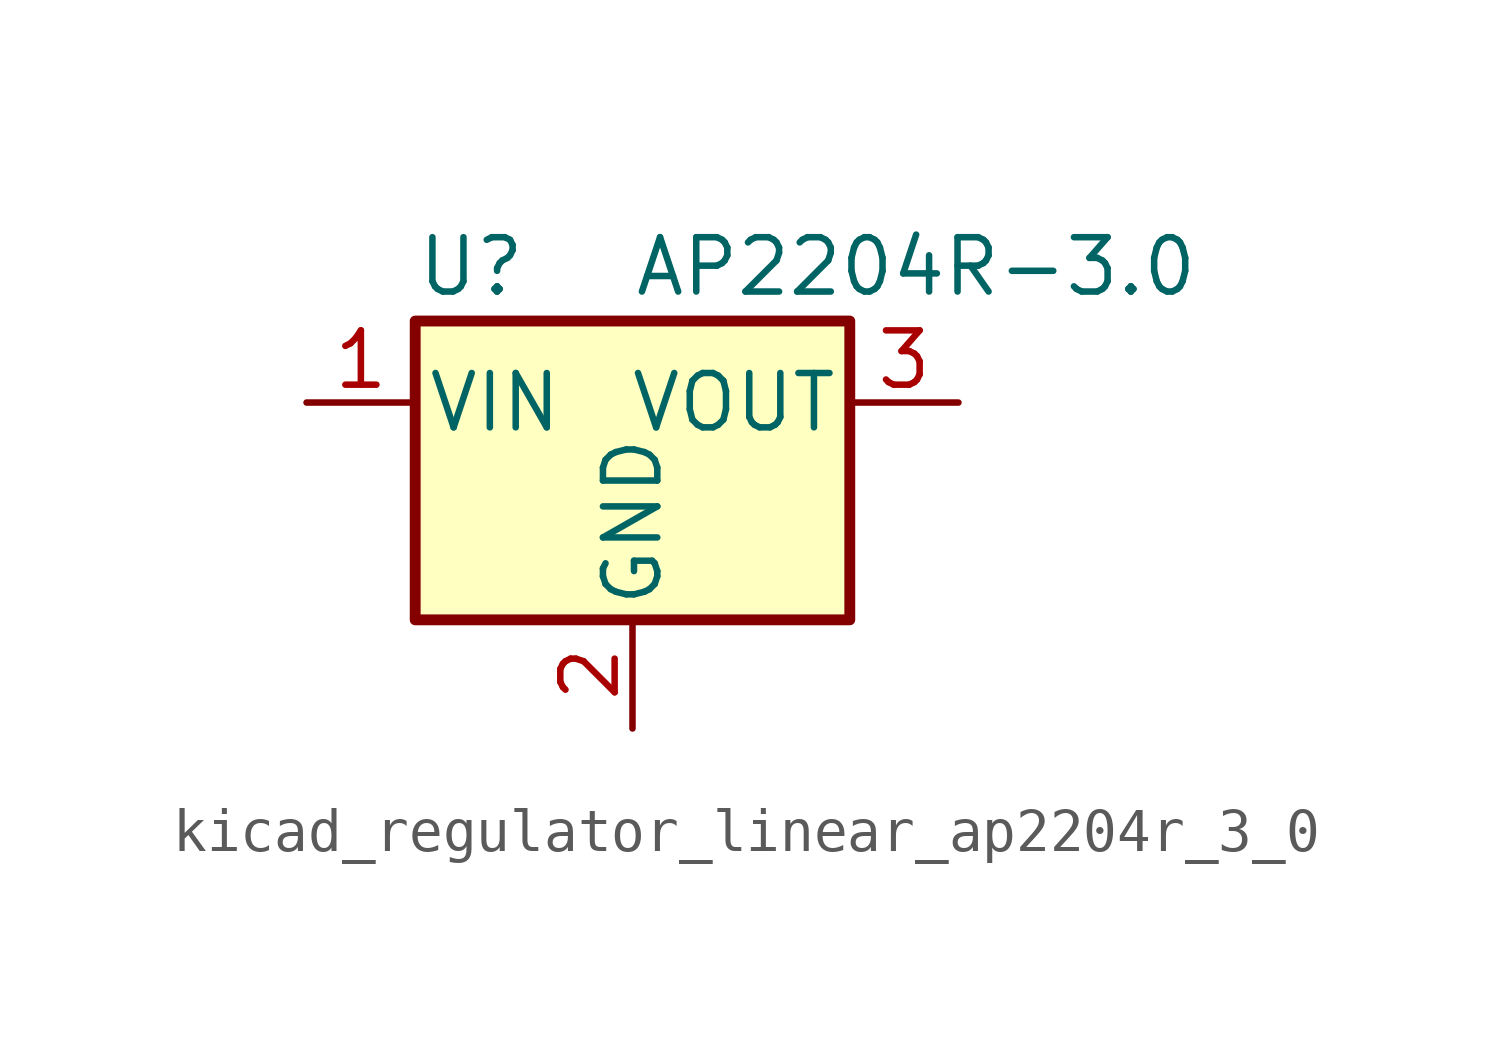
<source format=kicad_sym>
(kicad_symbol_lib
  (version 20220914)
  (generator kicad_symbol_editor)
  (symbol "kicad_regulator_linear_ap2204r_3_0"
    (pin_names
      (offset 0.254))
    (property "Reference" "U"
      (at -5.08 3.175 0)
      (effects (font (size 1.27 1.27)) (justify left)))
    (property "Value" "AP2204R-3.0"
      (at 0 3.175 0)
      (effects (font (size 1.27 1.27)) (justify left)))
    (symbol "kicad_regulator_linear_ap2204r_3_0_0_1"
      (rectangle (start -5.08 1.905) (end 5.08 -5.08) (stroke (width 0.254) (type default)) (fill (type background))))
    (symbol "kicad_regulator_linear_ap2204r_3_0_1_1"
      (pin power_in line (at -7.62 0 0) (length 2.54) (name "VIN" (effects (font (size 1.27 1.27)))) (number "1" (effects (font (size 1.27 1.27)))))
      (pin power_in line (at 0 -7.62 90) (length 2.54) (name "GND" (effects (font (size 1.27 1.27)))) (number "2" (effects (font (size 1.27 1.27)))))
      (pin power_out line (at 7.62 0 180) (length 2.54) (name "VOUT" (effects (font (size 1.27 1.27)))) (number "3" (effects (font (size 1.27 1.27))))))))
</source>
